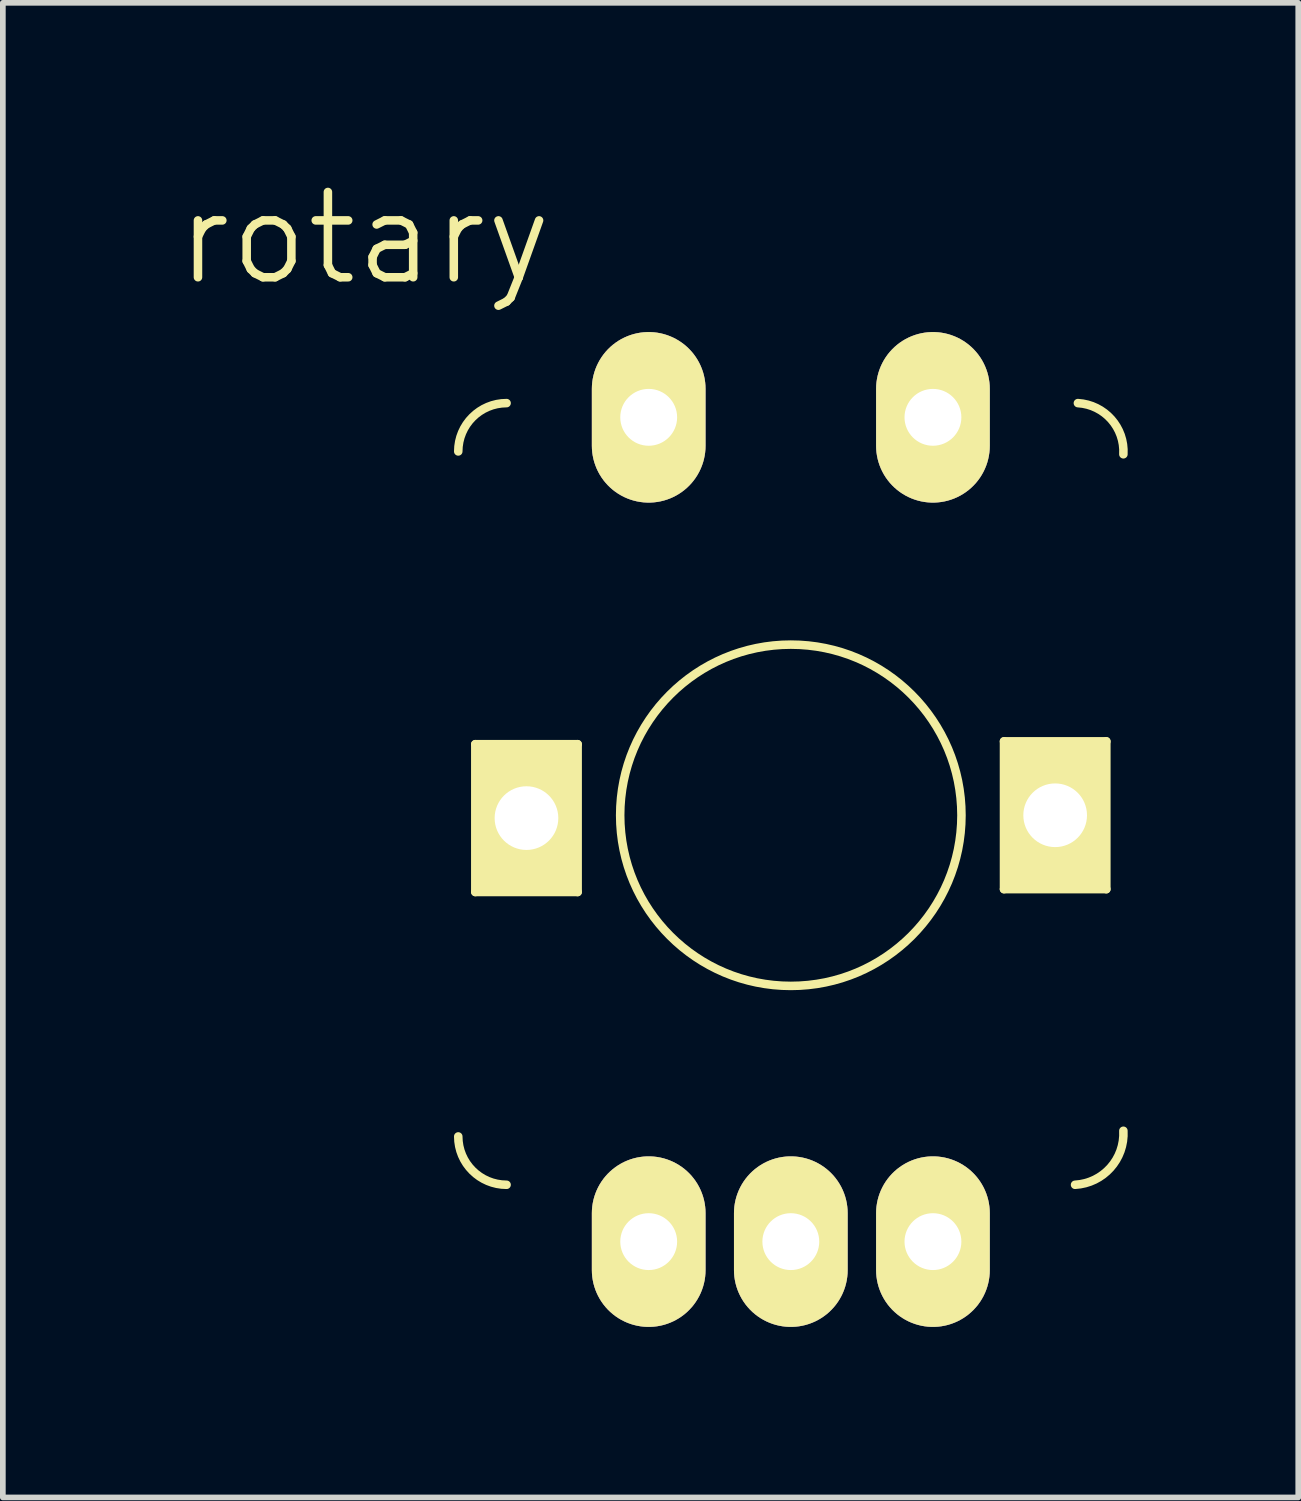
<source format=kicad_pcb>
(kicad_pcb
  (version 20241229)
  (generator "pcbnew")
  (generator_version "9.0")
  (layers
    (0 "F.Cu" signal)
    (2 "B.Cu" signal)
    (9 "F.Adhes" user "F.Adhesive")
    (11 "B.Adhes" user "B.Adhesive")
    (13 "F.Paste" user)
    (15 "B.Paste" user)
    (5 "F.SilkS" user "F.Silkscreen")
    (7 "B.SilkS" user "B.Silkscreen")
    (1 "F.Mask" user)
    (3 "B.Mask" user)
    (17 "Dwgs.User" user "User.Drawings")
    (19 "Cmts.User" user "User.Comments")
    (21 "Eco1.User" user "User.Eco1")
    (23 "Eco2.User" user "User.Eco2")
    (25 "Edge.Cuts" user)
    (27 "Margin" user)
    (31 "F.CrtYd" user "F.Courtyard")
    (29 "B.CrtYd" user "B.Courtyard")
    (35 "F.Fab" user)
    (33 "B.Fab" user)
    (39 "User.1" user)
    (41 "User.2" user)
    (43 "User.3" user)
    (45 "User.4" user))
  (footprint "rotary"
    (layer "F.Cu")
    (at 10.861 11.291)
    (property "Reference" "rotary" (at -7.5 -10.15 0) (layer "F.SilkS") (effects (font (size 1.5 1.5) (thickness 0.15))))
    (attr through_hole)
    (fp_line (start -5.55 -1.25) (end -5.55 1.35) (stroke (width 0.15) (type solid)) (layer "F.SilkS"))
    (fp_line (start -5.55 1.35) (end -3.75 1.35) (stroke (width 0.15) (type solid)) (layer "F.SilkS"))
    (fp_line (start -3.75 -1.25) (end -5.55 -1.25) (stroke (width 0.15) (type solid)) (layer "F.SilkS"))
    (fp_line (start -3.75 1.35) (end -3.75 -1.25) (stroke (width 0.15) (type solid)) (layer "F.SilkS"))
    (fp_line (start 3.75 -1.3) (end 5.55 -1.3) (stroke (width 0.15) (type solid)) (layer "F.SilkS"))
    (fp_line (start 3.75 1.3) (end 3.75 -1.3) (stroke (width 0.15) (type solid)) (layer "F.SilkS"))
    (fp_line (start 5.55 -1.3) (end 5.55 1.3) (stroke (width 0.15) (type solid)) (layer "F.SilkS"))
    (fp_line (start 5.55 1.3) (end 3.75 1.3) (stroke (width 0.15) (type solid)) (layer "F.SilkS"))
    (fp_arc (start -5.85 -6.4) (mid -5.601041 -7.001041) (end -5 -7.25) (stroke (width 0.15) (type solid)) (layer "F.SilkS"))
    (fp_arc (start -5 6.5) (mid -5.601041 6.251041) (end -5.85 5.65) (stroke (width 0.15) (type solid)) (layer "F.SilkS"))
    (fp_arc (start 5.05 -7.25) (mid 5.636396 -6.965685) (end 5.85 -6.35) (stroke (width 0.15) (type solid)) (layer "F.SilkS"))
    (fp_arc (start 5.85 5.55) (mid 5.621751 6.201041) (end 5 6.5) (stroke (width 0.15) (type solid)) (layer "F.SilkS"))
    (fp_circle (center 0 0) (end 0.1 -3) (stroke (width 0.15) (type solid)) (fill no) (layer "F.SilkS"))
    (pad "1" thru_hole oval (at 2.5 7.5) (size 2 3) (drill 1) (layers "*.Cu" "*.Mask" "F.SilkS"))
    (pad "2" thru_hole oval (at 0 7.5) (size 2 3) (drill 1) (layers "*.Cu" "*.Mask" "F.SilkS"))
    (pad "3" thru_hole oval (at -2.5 7.5) (size 2 3) (drill 1) (layers "*.Cu" "*.Mask" "F.SilkS"))
    (pad "4" thru_hole oval (at -2.5 -7) (size 2 3) (drill 1) (layers "*.Cu" "*.Mask" "F.SilkS"))
    (pad "5" thru_hole oval (at 2.5 -7) (size 2 3) (drill 1) (layers "*.Cu" "*.Mask" "F.SilkS"))
    (pad "6" thru_hole rect (at -4.65 0.05) (size 1.8 2.6) (drill 1.12) (layers "*.Cu" "*.Mask" "F.SilkS"))
    (pad "7" thru_hole rect (at 4.65 0) (size 1.8 2.6) (drill 1.12) (layers "*.Cu" "*.Mask" "F.SilkS")))
  (gr_rect
    (start -3 -3)
    (end 19.787 23.291)
    (stroke (width 0.1) (type default))
    (fill no)
    (layer "Edge.Cuts")))
</source>
